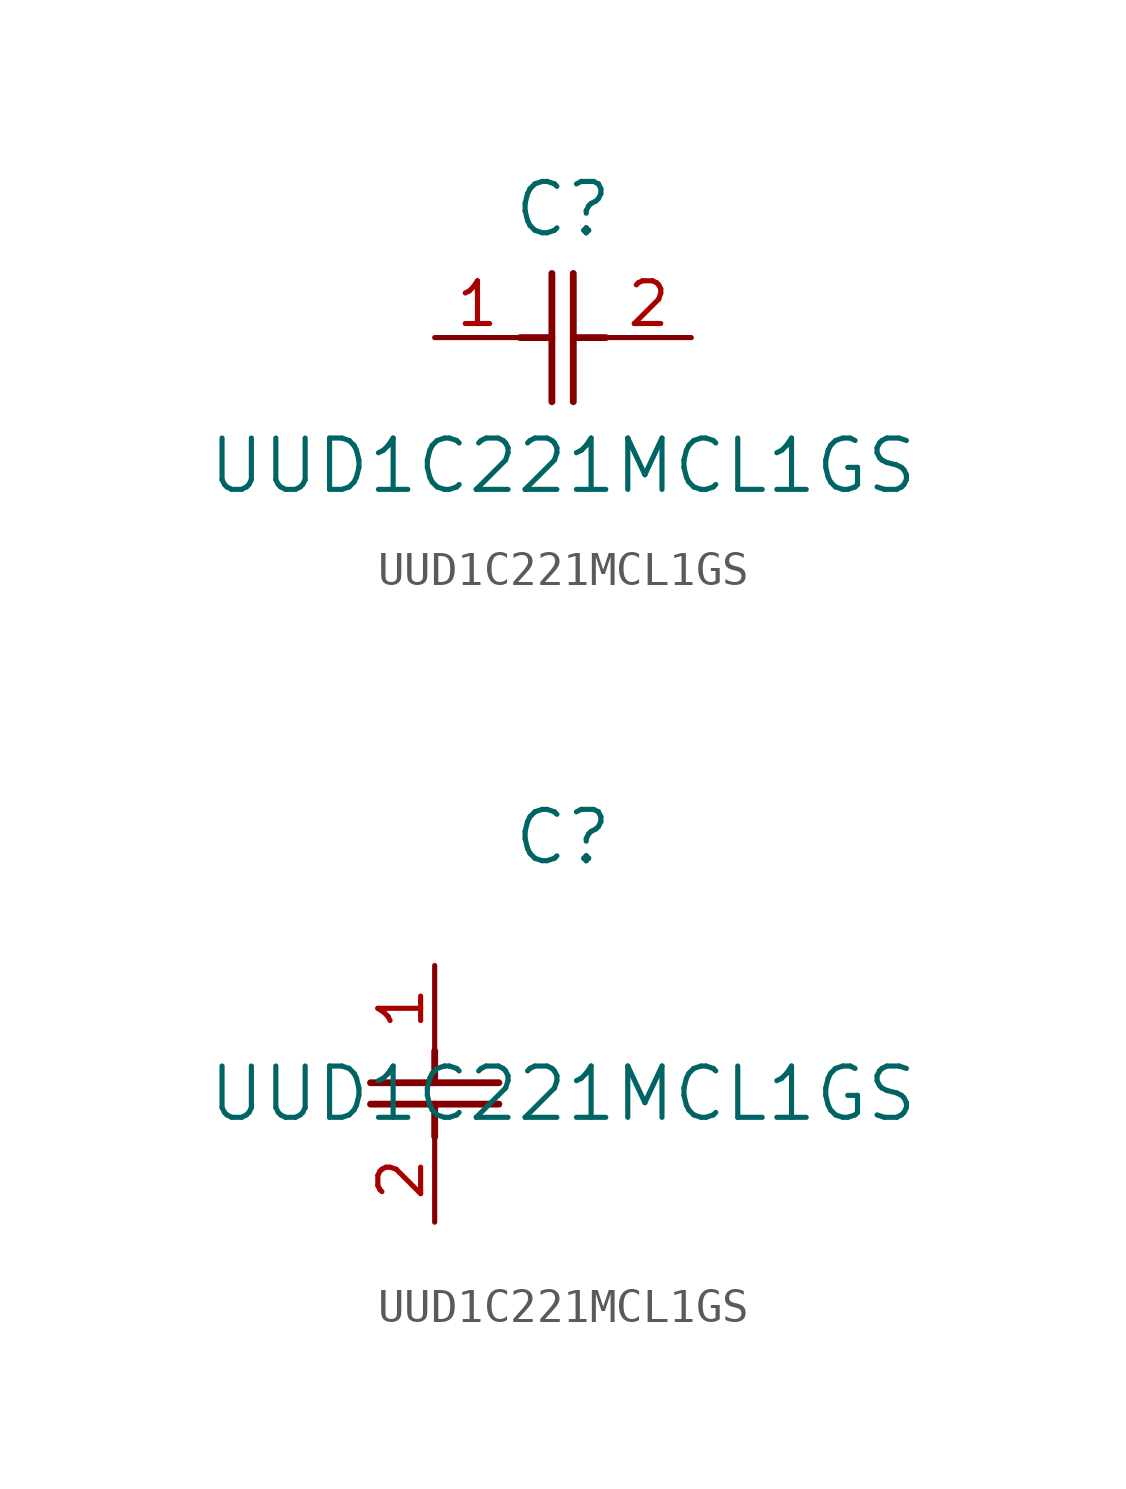
<source format=kicad_sym>
(kicad_symbol_lib
  (version 20211014)
  (generator kicad_symbol_editor)
  (symbol "UUD1C221MCL1GS"
    (pin_names
      (offset 0.254))
    (property "Reference" "C"
      (at 3.81 3.81 0)
      (effects (font (size 1.524 1.524))))
    (property "Value" "UUD1C221MCL1GS"
      (at 3.81 -3.81 0)
      (effects (font (size 1.524 1.524))))
    (symbol "UUD1C221MCL1GS_1_1"
      (polyline (pts (xy 3.48 -1.905) (xy 3.48 1.905)) (stroke (width 0.203) (type default) (color 0 0 0 0)) (fill (type none)))
      (polyline (pts (xy 4.115 -1.905) (xy 4.115 1.905)) (stroke (width 0.203) (type default) (color 0 0 0 0)) (fill (type none)))
      (polyline (pts (xy 4.115 0) (xy 5.08 0)) (stroke (width 0.203) (type default) (color 0 0 0 0)) (fill (type none)))
      (polyline (pts (xy 2.54 0) (xy 3.48 0)) (stroke (width 0.203) (type default) (color 0 0 0 0)) (fill (type none)))
      (pin unspecified line (at 0 0 0) (length 2.54) (name "" (effects (font (size 1.27 1.27)))) (number "1" (effects (font (size 1.27 1.27)))))
      (pin unspecified line (at 7.62 0 180) (length 2.54) (name "" (effects (font (size 1.27 1.27)))) (number "2" (effects (font (size 1.27 1.27))))))
    (symbol "UUD1C221MCL1GS_1_2"
      (polyline (pts (xy -1.905 -3.48) (xy 1.905 -3.48)) (stroke (width 0.203) (type default) (color 0 0 0 0)) (fill (type none)))
      (polyline (pts (xy -1.905 -4.115) (xy 1.905 -4.115)) (stroke (width 0.203) (type default) (color 0 0 0 0)) (fill (type none)))
      (polyline (pts (xy 0 -4.115) (xy 0 -5.08)) (stroke (width 0.203) (type default) (color 0 0 0 0)) (fill (type none)))
      (polyline (pts (xy 0 -2.54) (xy 0 -3.48)) (stroke (width 0.203) (type default) (color 0 0 0 0)) (fill (type none)))
      (pin unspecified line (at 0 0 270) (length 2.54) (name "" (effects (font (size 1.27 1.27)))) (number "1" (effects (font (size 1.27 1.27)))))
      (pin unspecified line (at 0 -7.62 90) (length 2.54) (name "" (effects (font (size 1.27 1.27)))) (number "2" (effects (font (size 1.27 1.27))))))))
</source>
